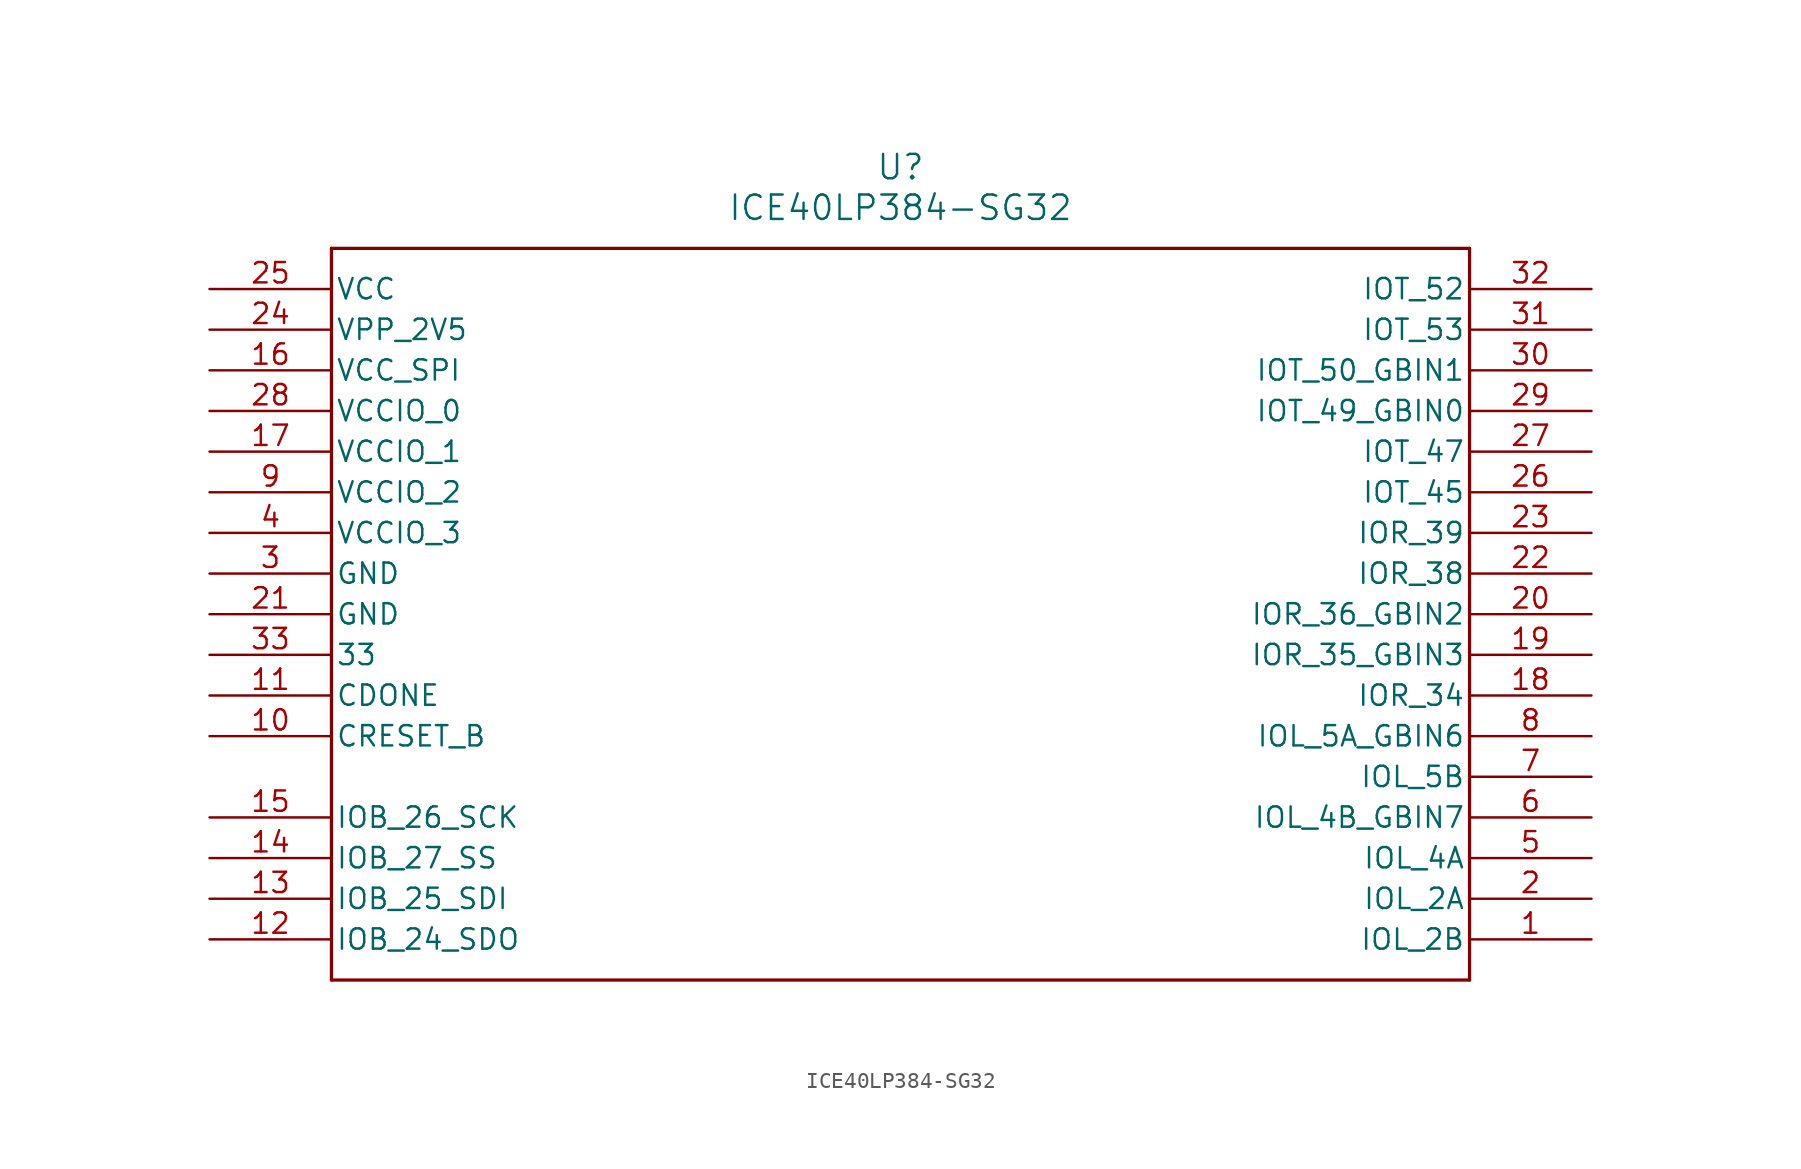
<source format=kicad_sym>
(kicad_symbol_lib
  (version 20241209)
  (generator "kicad_symbol_editor")
  (generator_version "9.0")
  (symbol "ICE40LP384-SG32"
    (pin_names
      (offset 0.254))
    (property "Reference" "U"
      (at 43.18 10.16 0)
      (effects (font (size 1.524 1.524))))
    (property "Value" "ICE40LP384-SG32"
      (at 43.18 7.62 0)
      (effects (font (size 1.524 1.524))))
    (property "ki_locked" ""
      (at 0 0 0)
      (effects (font (size 1.27 1.27))))
    (symbol "ICE40LP384-SG32_0_1"
      (polyline (pts (xy 7.62 5.08) (xy 7.62 -40.64)) (stroke (width 0.203) (type default)) (fill (type none)))
      (polyline (pts (xy 7.62 -40.64) (xy 78.74 -40.64)) (stroke (width 0.203) (type default)) (fill (type none)))
      (polyline (pts (xy 78.74 5.08) (xy 7.62 5.08)) (stroke (width 0.203) (type default)) (fill (type none)))
      (polyline (pts (xy 78.74 -40.64) (xy 78.74 5.08)) (stroke (width 0.203) (type default)) (fill (type none)))
      (pin power_in line (at 0 2.54 0) (length 7.62) (name "VCC" (effects (font (size 1.27 1.27)))) (number "25" (effects (font (size 1.27 1.27)))))
      (pin power_in line (at 0 0 0) (length 7.62) (name "VPP_2V5" (effects (font (size 1.27 1.27)))) (number "24" (effects (font (size 1.27 1.27)))))
      (pin power_in line (at 0 -2.54 0) (length 7.62) (name "VCC_SPI" (effects (font (size 1.27 1.27)))) (number "16" (effects (font (size 1.27 1.27)))))
      (pin power_in line (at 0 -5.08 0) (length 7.62) (name "VCCIO_0" (effects (font (size 1.27 1.27)))) (number "28" (effects (font (size 1.27 1.27)))))
      (pin power_in line (at 0 -7.62 0) (length 7.62) (name "VCCIO_1" (effects (font (size 1.27 1.27)))) (number "17" (effects (font (size 1.27 1.27)))))
      (pin power_in line (at 0 -10.16 0) (length 7.62) (name "VCCIO_2" (effects (font (size 1.27 1.27)))) (number "9" (effects (font (size 1.27 1.27)))))
      (pin power_in line (at 0 -12.7 0) (length 7.62) (name "VCCIO_3" (effects (font (size 1.27 1.27)))) (number "4" (effects (font (size 1.27 1.27)))))
      (pin power_in line (at 0 -15.24 0) (length 7.62) (name "GND" (effects (font (size 1.27 1.27)))) (number "3" (effects (font (size 1.27 1.27)))))
      (pin power_in line (at 0 -17.78 0) (length 7.62) (name "GND" (effects (font (size 1.27 1.27)))) (number "21" (effects (font (size 1.27 1.27)))))
      (pin unspecified line (at 0 -20.32 0) (length 7.62) (name "33" (effects (font (size 1.27 1.27)))) (number "33" (effects (font (size 1.27 1.27)))))
      (pin unspecified line (at 0 -22.86 0) (length 7.62) (name "CDONE" (effects (font (size 1.27 1.27)))) (number "11" (effects (font (size 1.27 1.27)))))
      (pin unspecified line (at 0 -25.4 0) (length 7.62) (name "CRESET_B" (effects (font (size 1.27 1.27)))) (number "10" (effects (font (size 1.27 1.27)))))
      (pin bidirectional line (at 0 -30.48 0) (length 7.62) (name "IOB_26_SCK" (effects (font (size 1.27 1.27)))) (number "15" (effects (font (size 1.27 1.27)))))
      (pin bidirectional line (at 0 -33.02 0) (length 7.62) (name "IOB_27_SS" (effects (font (size 1.27 1.27)))) (number "14" (effects (font (size 1.27 1.27)))))
      (pin bidirectional line (at 0 -35.56 0) (length 7.62) (name "IOB_25_SDI" (effects (font (size 1.27 1.27)))) (number "13" (effects (font (size 1.27 1.27)))))
      (pin bidirectional line (at 0 -38.1 0) (length 7.62) (name "IOB_24_SDO" (effects (font (size 1.27 1.27)))) (number "12" (effects (font (size 1.27 1.27)))))
      (pin bidirectional line (at 86.36 2.54 180) (length 7.62) (name "IOT_52" (effects (font (size 1.27 1.27)))) (number "32" (effects (font (size 1.27 1.27)))))
      (pin bidirectional line (at 86.36 0 180) (length 7.62) (name "IOT_53" (effects (font (size 1.27 1.27)))) (number "31" (effects (font (size 1.27 1.27)))))
      (pin bidirectional line (at 86.36 -2.54 180) (length 7.62) (name "IOT_50_GBIN1" (effects (font (size 1.27 1.27)))) (number "30" (effects (font (size 1.27 1.27)))))
      (pin bidirectional line (at 86.36 -5.08 180) (length 7.62) (name "IOT_49_GBIN0" (effects (font (size 1.27 1.27)))) (number "29" (effects (font (size 1.27 1.27)))))
      (pin bidirectional line (at 86.36 -7.62 180) (length 7.62) (name "IOT_47" (effects (font (size 1.27 1.27)))) (number "27" (effects (font (size 1.27 1.27)))))
      (pin bidirectional line (at 86.36 -10.16 180) (length 7.62) (name "IOT_45" (effects (font (size 1.27 1.27)))) (number "26" (effects (font (size 1.27 1.27)))))
      (pin bidirectional line (at 86.36 -12.7 180) (length 7.62) (name "IOR_39" (effects (font (size 1.27 1.27)))) (number "23" (effects (font (size 1.27 1.27)))))
      (pin bidirectional line (at 86.36 -15.24 180) (length 7.62) (name "IOR_38" (effects (font (size 1.27 1.27)))) (number "22" (effects (font (size 1.27 1.27)))))
      (pin bidirectional line (at 86.36 -17.78 180) (length 7.62) (name "IOR_36_GBIN2" (effects (font (size 1.27 1.27)))) (number "20" (effects (font (size 1.27 1.27)))))
      (pin bidirectional line (at 86.36 -20.32 180) (length 7.62) (name "IOR_35_GBIN3" (effects (font (size 1.27 1.27)))) (number "19" (effects (font (size 1.27 1.27)))))
      (pin bidirectional line (at 86.36 -22.86 180) (length 7.62) (name "IOR_34" (effects (font (size 1.27 1.27)))) (number "18" (effects (font (size 1.27 1.27)))))
      (pin bidirectional line (at 86.36 -30.48 180) (length 7.62) (name "IOL_4B_GBIN7" (effects (font (size 1.27 1.27)))) (number "6" (effects (font (size 1.27 1.27)))))
      (pin bidirectional line (at 86.36 -33.02 180) (length 7.62) (name "IOL_4A" (effects (font (size 1.27 1.27)))) (number "5" (effects (font (size 1.27 1.27)))))
      (pin bidirectional line (at 86.36 -35.56 180) (length 7.62) (name "IOL_2A" (effects (font (size 1.27 1.27)))) (number "2" (effects (font (size 1.27 1.27)))))
      (pin bidirectional line (at 86.36 -38.1 180) (length 7.62) (name "IOL_2B" (effects (font (size 1.27 1.27)))) (number "1" (effects (font (size 1.27 1.27))))))
    (symbol "ICE40LP384-SG32_1_1"
      (pin bidirectional line (at 86.36 -25.4 180) (length 7.62) (name "IOL_5A_GBIN6" (effects (font (size 1.27 1.27)))) (number "8" (effects (font (size 1.27 1.27)))))
      (pin bidirectional line (at 86.36 -27.94 180) (length 7.62) (name "IOL_5B" (effects (font (size 1.27 1.27)))) (number "7" (effects (font (size 1.27 1.27))))))))
</source>
